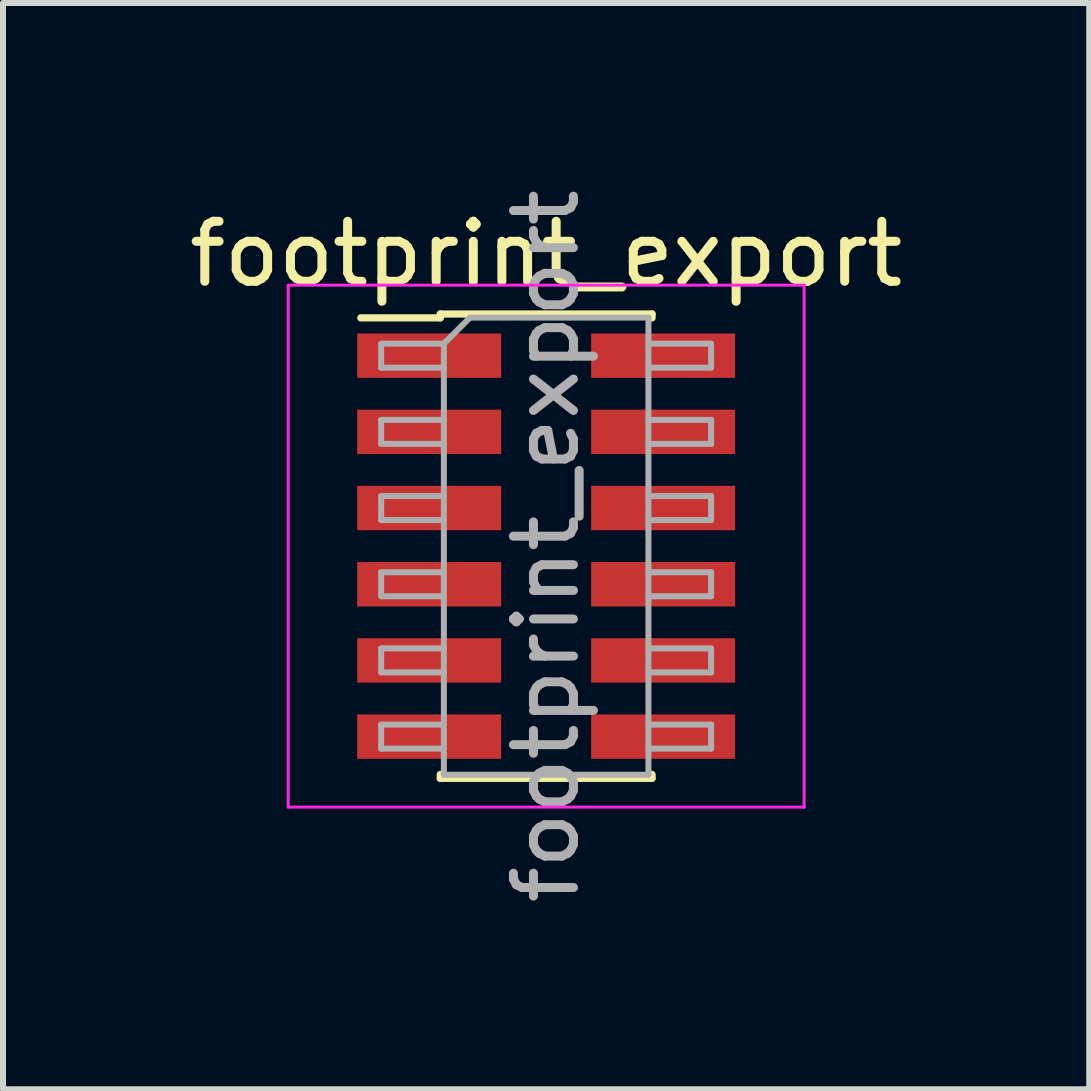
<source format=kicad_pcb>
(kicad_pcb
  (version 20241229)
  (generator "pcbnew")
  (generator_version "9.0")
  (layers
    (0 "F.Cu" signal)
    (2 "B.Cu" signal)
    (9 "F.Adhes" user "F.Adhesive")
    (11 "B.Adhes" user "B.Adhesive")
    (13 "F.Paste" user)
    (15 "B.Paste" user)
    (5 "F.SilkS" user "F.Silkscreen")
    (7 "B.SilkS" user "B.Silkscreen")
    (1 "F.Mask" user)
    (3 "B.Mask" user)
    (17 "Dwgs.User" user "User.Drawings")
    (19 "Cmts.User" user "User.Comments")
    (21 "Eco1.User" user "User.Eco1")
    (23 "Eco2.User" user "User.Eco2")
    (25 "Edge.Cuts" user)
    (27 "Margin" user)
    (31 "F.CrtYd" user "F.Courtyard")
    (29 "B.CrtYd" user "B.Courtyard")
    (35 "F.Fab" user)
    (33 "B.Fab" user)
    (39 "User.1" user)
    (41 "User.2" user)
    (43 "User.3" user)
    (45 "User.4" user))
  (footprint "footprint_export"
    (layer "F.Cu")
    (at 6.054 6.054)
    (property "Reference" "footprint_export" (at 0 -4.87 0) (layer "F.SilkS") (effects (font (size 1 1) (thickness 0.15))))
    (attr smd)
    (fp_line (start -3.09 -3.805) (end -1.765 -3.805) (stroke (width 0.12) (type solid)) (layer "F.SilkS"))
    (fp_line (start -1.765 -3.87) (end -1.765 -3.805) (stroke (width 0.12) (type solid)) (layer "F.SilkS"))
    (fp_line (start -1.765 -3.87) (end 1.765 -3.87) (stroke (width 0.12) (type solid)) (layer "F.SilkS"))
    (fp_line (start -1.765 3.805) (end -1.765 3.87) (stroke (width 0.12) (type solid)) (layer "F.SilkS"))
    (fp_line (start -1.765 3.87) (end 1.765 3.87) (stroke (width 0.12) (type solid)) (layer "F.SilkS"))
    (fp_line (start 1.765 -3.87) (end 1.765 -3.805) (stroke (width 0.12) (type solid)) (layer "F.SilkS"))
    (fp_line (start 1.765 3.805) (end 1.765 3.87) (stroke (width 0.12) (type solid)) (layer "F.SilkS"))
    (fp_line (start -4.3 -4.35) (end -4.3 4.35) (stroke (width 0.05) (type solid)) (layer "F.CrtYd"))
    (fp_line (start -4.3 4.35) (end 4.3 4.35) (stroke (width 0.05) (type solid)) (layer "F.CrtYd"))
    (fp_line (start 4.3 -4.35) (end -4.3 -4.35) (stroke (width 0.05) (type solid)) (layer "F.CrtYd"))
    (fp_line (start 4.3 4.35) (end 4.3 -4.35) (stroke (width 0.05) (type solid)) (layer "F.CrtYd"))
    (fp_line (start -2.75 -3.375) (end -2.75 -2.975) (stroke (width 0.1) (type solid)) (layer "F.Fab"))
    (fp_line (start -2.75 -2.975) (end -1.705 -2.975) (stroke (width 0.1) (type solid)) (layer "F.Fab"))
    (fp_line (start -2.75 -2.105) (end -2.75 -1.705) (stroke (width 0.1) (type solid)) (layer "F.Fab"))
    (fp_line (start -2.75 -1.705) (end -1.705 -1.705) (stroke (width 0.1) (type solid)) (layer "F.Fab"))
    (fp_line (start -2.75 -0.835) (end -2.75 -0.435) (stroke (width 0.1) (type solid)) (layer "F.Fab"))
    (fp_line (start -2.75 -0.435) (end -1.705 -0.435) (stroke (width 0.1) (type solid)) (layer "F.Fab"))
    (fp_line (start -2.75 0.435) (end -2.75 0.835) (stroke (width 0.1) (type solid)) (layer "F.Fab"))
    (fp_line (start -2.75 0.835) (end -1.705 0.835) (stroke (width 0.1) (type solid)) (layer "F.Fab"))
    (fp_line (start -2.75 1.705) (end -2.75 2.105) (stroke (width 0.1) (type solid)) (layer "F.Fab"))
    (fp_line (start -2.75 2.105) (end -1.705 2.105) (stroke (width 0.1) (type solid)) (layer "F.Fab"))
    (fp_line (start -2.75 2.975) (end -2.75 3.375) (stroke (width 0.1) (type solid)) (layer "F.Fab"))
    (fp_line (start -2.75 3.375) (end -1.705 3.375) (stroke (width 0.1) (type solid)) (layer "F.Fab"))
    (fp_line (start -1.705 -3.375) (end -2.75 -3.375) (stroke (width 0.1) (type solid)) (layer "F.Fab"))
    (fp_line (start -1.705 -3.375) (end -1.27 -3.81) (stroke (width 0.1) (type solid)) (layer "F.Fab"))
    (fp_line (start -1.705 -2.105) (end -2.75 -2.105) (stroke (width 0.1) (type solid)) (layer "F.Fab"))
    (fp_line (start -1.705 -0.835) (end -2.75 -0.835) (stroke (width 0.1) (type solid)) (layer "F.Fab"))
    (fp_line (start -1.705 0.435) (end -2.75 0.435) (stroke (width 0.1) (type solid)) (layer "F.Fab"))
    (fp_line (start -1.705 1.705) (end -2.75 1.705) (stroke (width 0.1) (type solid)) (layer "F.Fab"))
    (fp_line (start -1.705 2.975) (end -2.75 2.975) (stroke (width 0.1) (type solid)) (layer "F.Fab"))
    (fp_line (start -1.705 3.81) (end -1.705 -3.375) (stroke (width 0.1) (type solid)) (layer "F.Fab"))
    (fp_line (start -1.27 -3.81) (end 1.705 -3.81) (stroke (width 0.1) (type solid)) (layer "F.Fab"))
    (fp_line (start 1.705 -3.81) (end 1.705 3.81) (stroke (width 0.1) (type solid)) (layer "F.Fab"))
    (fp_line (start 1.705 -3.375) (end 2.75 -3.375) (stroke (width 0.1) (type solid)) (layer "F.Fab"))
    (fp_line (start 1.705 -2.105) (end 2.75 -2.105) (stroke (width 0.1) (type solid)) (layer "F.Fab"))
    (fp_line (start 1.705 -0.835) (end 2.75 -0.835) (stroke (width 0.1) (type solid)) (layer "F.Fab"))
    (fp_line (start 1.705 0.435) (end 2.75 0.435) (stroke (width 0.1) (type solid)) (layer "F.Fab"))
    (fp_line (start 1.705 1.705) (end 2.75 1.705) (stroke (width 0.1) (type solid)) (layer "F.Fab"))
    (fp_line (start 1.705 2.975) (end 2.75 2.975) (stroke (width 0.1) (type solid)) (layer "F.Fab"))
    (fp_line (start 1.705 3.81) (end -1.705 3.81) (stroke (width 0.1) (type solid)) (layer "F.Fab"))
    (fp_line (start 2.75 -3.375) (end 2.75 -2.975) (stroke (width 0.1) (type solid)) (layer "F.Fab"))
    (fp_line (start 2.75 -2.975) (end 1.705 -2.975) (stroke (width 0.1) (type solid)) (layer "F.Fab"))
    (fp_line (start 2.75 -2.105) (end 2.75 -1.705) (stroke (width 0.1) (type solid)) (layer "F.Fab"))
    (fp_line (start 2.75 -1.705) (end 1.705 -1.705) (stroke (width 0.1) (type solid)) (layer "F.Fab"))
    (fp_line (start 2.75 -0.835) (end 2.75 -0.435) (stroke (width 0.1) (type solid)) (layer "F.Fab"))
    (fp_line (start 2.75 -0.435) (end 1.705 -0.435) (stroke (width 0.1) (type solid)) (layer "F.Fab"))
    (fp_line (start 2.75 0.435) (end 2.75 0.835) (stroke (width 0.1) (type solid)) (layer "F.Fab"))
    (fp_line (start 2.75 0.835) (end 1.705 0.835) (stroke (width 0.1) (type solid)) (layer "F.Fab"))
    (fp_line (start 2.75 1.705) (end 2.75 2.105) (stroke (width 0.1) (type solid)) (layer "F.Fab"))
    (fp_line (start 2.75 2.105) (end 1.705 2.105) (stroke (width 0.1) (type solid)) (layer "F.Fab"))
    (fp_line (start 2.75 2.975) (end 2.75 3.375) (stroke (width 0.1) (type solid)) (layer "F.Fab"))
    (fp_line (start 2.75 3.375) (end 1.705 3.375) (stroke (width 0.1) (type solid)) (layer "F.Fab"))
    (fp_text user "${REFERENCE}" (at 0 0 90) (layer "F.Fab") (effects (font (size 1 1) (thickness 0.15))))
    (pad "1" smd rect (at -1.95 -3.175) (size 2.4 0.74) (layers "F.Cu" "F.Mask" "F.Paste"))
    (pad "2" smd rect (at 1.95 -3.175) (size 2.4 0.74) (layers "F.Cu" "F.Mask" "F.Paste"))
    (pad "3" smd rect (at -1.95 -1.905) (size 2.4 0.74) (layers "F.Cu" "F.Mask" "F.Paste"))
    (pad "4" smd rect (at 1.95 -1.905) (size 2.4 0.74) (layers "F.Cu" "F.Mask" "F.Paste"))
    (pad "5" smd rect (at -1.95 -0.635) (size 2.4 0.74) (layers "F.Cu" "F.Mask" "F.Paste"))
    (pad "6" smd rect (at 1.95 -0.635) (size 2.4 0.74) (layers "F.Cu" "F.Mask" "F.Paste"))
    (pad "7" smd rect (at -1.95 0.635) (size 2.4 0.74) (layers "F.Cu" "F.Mask" "F.Paste"))
    (pad "8" smd rect (at 1.95 0.635) (size 2.4 0.74) (layers "F.Cu" "F.Mask" "F.Paste"))
    (pad "9" smd rect (at -1.95 1.905) (size 2.4 0.74) (layers "F.Cu" "F.Mask" "F.Paste"))
    (pad "10" smd rect (at 1.95 1.905) (size 2.4 0.74) (layers "F.Cu" "F.Mask" "F.Paste"))
    (pad "11" smd rect (at -1.95 3.175) (size 2.4 0.74) (layers "F.Cu" "F.Mask" "F.Paste"))
    (pad "12" smd rect (at 1.95 3.175) (size 2.4 0.74) (layers "F.Cu" "F.Mask" "F.Paste")))
  (gr_rect
    (start -3 -3)
    (end 15.107 15.107)
    (stroke (width 0.1) (type default))
    (fill no)
    (layer "Edge.Cuts")))
</source>
